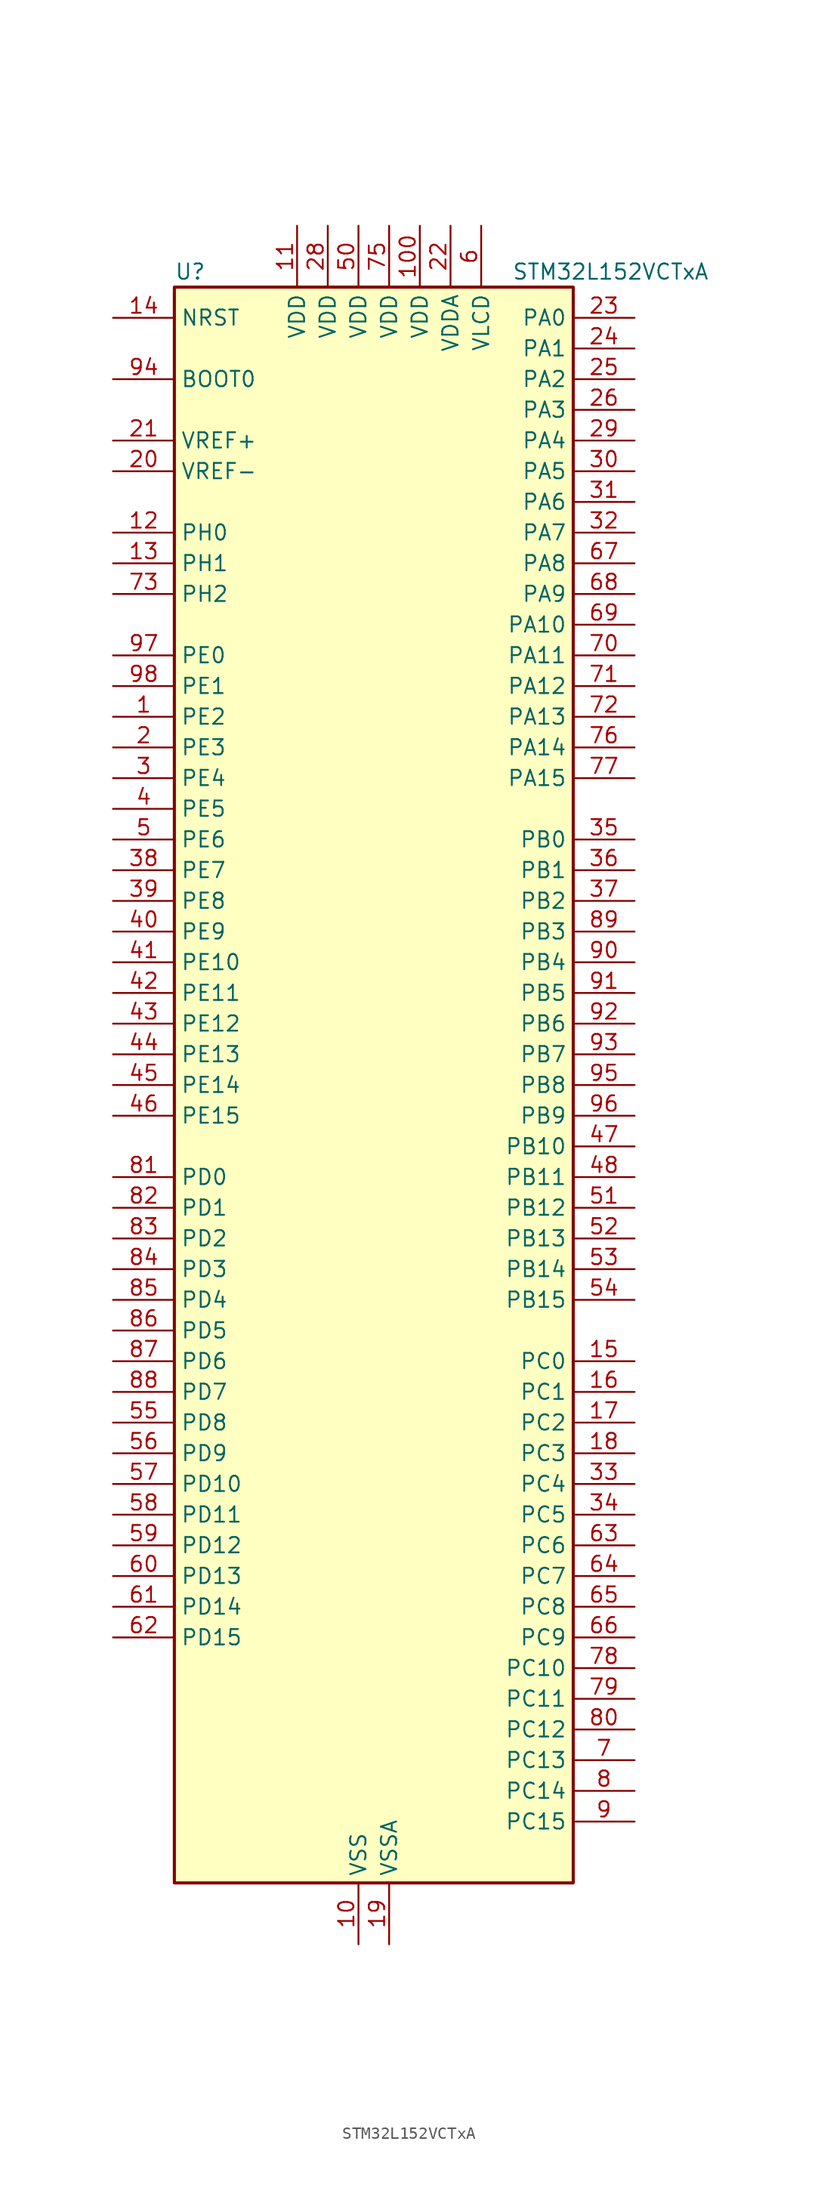
<source format=kicad_sym>
(kicad_symbol_lib
  (version 20220914)
  (generator kicad_symbol_editor)
  (symbol "STM32L152VCTxA"
    (property "Reference" "U"
      (at -15.24 67.31 0)
      (effects (font (size 1.27 1.27)) (justify left)))
    (property "Value" "STM32L152VCTxA"
      (at 12.7 67.31 0)
      (effects (font (size 1.27 1.27)) (justify left)))
    (property "ki_locked" ""
      (at 0 0 0)
      (effects (font (size 1.27 1.27))))
    (symbol "STM32L152VCTxA_0_1"
      (rectangle (start -15.24 -66.04) (end 17.78 66.04) (stroke (width 0.254) (type default)) (fill (type background))))
    (symbol "STM32L152VCTxA_1_1"
      (pin bidirectional line (at -20.32 30.48 0) (length 5.08) (name "PE2" (effects (font (size 1.27 1.27)))) (number "1" (effects (font (size 1.27 1.27)))) (alternate "LCD_SEG38" bidirectional line) (alternate "SYS_TRACECK" bidirectional line) (alternate "TIM3_ETR" bidirectional line) (alternate "TIMX_IC3" bidirectional line))
      (pin power_in line (at 0 -71.12 90) (length 5.08) (name "VSS" (effects (font (size 1.27 1.27)))) (number "10" (effects (font (size 1.27 1.27)))))
      (pin power_in line (at 5.08 71.12 270) (length 5.08) (name "VDD" (effects (font (size 1.27 1.27)))) (number "100" (effects (font (size 1.27 1.27)))))
      (pin power_in line (at -5.08 71.12 270) (length 5.08) (name "VDD" (effects (font (size 1.27 1.27)))) (number "11" (effects (font (size 1.27 1.27)))))
      (pin bidirectional line (at -20.32 45.72 0) (length 5.08) (name "PH0" (effects (font (size 1.27 1.27)))) (number "12" (effects (font (size 1.27 1.27)))) (alternate "RCC_OSC_IN" bidirectional line))
      (pin bidirectional line (at -20.32 43.18 0) (length 5.08) (name "PH1" (effects (font (size 1.27 1.27)))) (number "13" (effects (font (size 1.27 1.27)))) (alternate "RCC_OSC_OUT" bidirectional line))
      (pin input line (at -20.32 63.5 0) (length 5.08) (name "NRST" (effects (font (size 1.27 1.27)))) (number "14" (effects (font (size 1.27 1.27)))))
      (pin bidirectional line (at 22.86 -22.86 180) (length 5.08) (name "PC0" (effects (font (size 1.27 1.27)))) (number "15" (effects (font (size 1.27 1.27)))) (alternate "ADC_IN10" bidirectional line) (alternate "COMP1_INP" bidirectional line) (alternate "LCD_SEG18" bidirectional line) (alternate "TIMX_IC1" bidirectional line) (alternate "TS_G8_IO1" bidirectional line))
      (pin bidirectional line (at 22.86 -25.4 180) (length 5.08) (name "PC1" (effects (font (size 1.27 1.27)))) (number "16" (effects (font (size 1.27 1.27)))) (alternate "ADC_IN11" bidirectional line) (alternate "COMP1_INP" bidirectional line) (alternate "LCD_SEG19" bidirectional line) (alternate "TIMX_IC2" bidirectional line) (alternate "TS_G8_IO2" bidirectional line))
      (pin bidirectional line (at 22.86 -27.94 180) (length 5.08) (name "PC2" (effects (font (size 1.27 1.27)))) (number "17" (effects (font (size 1.27 1.27)))) (alternate "ADC_IN12" bidirectional line) (alternate "COMP1_INP" bidirectional line) (alternate "LCD_SEG20" bidirectional line) (alternate "TIMX_IC3" bidirectional line) (alternate "TS_G8_IO3" bidirectional line))
      (pin bidirectional line (at 22.86 -30.48 180) (length 5.08) (name "PC3" (effects (font (size 1.27 1.27)))) (number "18" (effects (font (size 1.27 1.27)))) (alternate "ADC_IN13" bidirectional line) (alternate "COMP1_INP" bidirectional line) (alternate "LCD_SEG21" bidirectional line) (alternate "TIMX_IC4" bidirectional line) (alternate "TS_G8_IO4" bidirectional line))
      (pin power_in line (at 2.54 -71.12 90) (length 5.08) (name "VSSA" (effects (font (size 1.27 1.27)))) (number "19" (effects (font (size 1.27 1.27)))))
      (pin bidirectional line (at -20.32 27.94 0) (length 5.08) (name "PE3" (effects (font (size 1.27 1.27)))) (number "2" (effects (font (size 1.27 1.27)))) (alternate "LCD_SEG39" bidirectional line) (alternate "SYS_TRACED0" bidirectional line) (alternate "TIM3_CH1" bidirectional line) (alternate "TIMX_IC4" bidirectional line))
      (pin input line (at -20.32 50.8 0) (length 5.08) (name "VREF-" (effects (font (size 1.27 1.27)))) (number "20" (effects (font (size 1.27 1.27)))))
      (pin input line (at -20.32 53.34 0) (length 5.08) (name "VREF+" (effects (font (size 1.27 1.27)))) (number "21" (effects (font (size 1.27 1.27)))))
      (pin power_in line (at 7.62 71.12 270) (length 5.08) (name "VDDA" (effects (font (size 1.27 1.27)))) (number "22" (effects (font (size 1.27 1.27)))))
      (pin bidirectional line (at 22.86 63.5 180) (length 5.08) (name "PA0" (effects (font (size 1.27 1.27)))) (number "23" (effects (font (size 1.27 1.27)))) (alternate "ADC_IN0" bidirectional line) (alternate "COMP1_INP" bidirectional line) (alternate "RTC_TAMP2" bidirectional line) (alternate "SYS_WKUP1" bidirectional line) (alternate "TIM2_CH1" bidirectional line) (alternate "TIM2_ETR" bidirectional line) (alternate "TIM5_CH1" bidirectional line) (alternate "TIMX_IC1" bidirectional line) (alternate "TS_G1_IO1" bidirectional line) (alternate "USART2_CTS" bidirectional line))
      (pin bidirectional line (at 22.86 60.96 180) (length 5.08) (name "PA1" (effects (font (size 1.27 1.27)))) (number "24" (effects (font (size 1.27 1.27)))) (alternate "ADC_IN1" bidirectional line) (alternate "COMP1_INP" bidirectional line) (alternate "LCD_SEG0" bidirectional line) (alternate "OPAMP1_VINP" bidirectional line) (alternate "TIM2_CH2" bidirectional line) (alternate "TIM5_CH2" bidirectional line) (alternate "TIMX_IC2" bidirectional line) (alternate "TS_G1_IO2" bidirectional line) (alternate "USART2_RTS" bidirectional line))
      (pin bidirectional line (at 22.86 58.42 180) (length 5.08) (name "PA2" (effects (font (size 1.27 1.27)))) (number "25" (effects (font (size 1.27 1.27)))) (alternate "ADC_IN2" bidirectional line) (alternate "COMP1_INP" bidirectional line) (alternate "LCD_SEG1" bidirectional line) (alternate "OPAMP1_VINM" bidirectional line) (alternate "TIM2_CH3" bidirectional line) (alternate "TIM5_CH3" bidirectional line) (alternate "TIM9_CH1" bidirectional line) (alternate "TIMX_IC3" bidirectional line) (alternate "TS_G1_IO3" bidirectional line) (alternate "USART2_TX" bidirectional line))
      (pin bidirectional line (at 22.86 55.88 180) (length 5.08) (name "PA3" (effects (font (size 1.27 1.27)))) (number "26" (effects (font (size 1.27 1.27)))) (alternate "ADC_IN3" bidirectional line) (alternate "COMP1_INP" bidirectional line) (alternate "LCD_SEG2" bidirectional line) (alternate "OPAMP1_VOUT" bidirectional line) (alternate "TIM2_CH4" bidirectional line) (alternate "TIM5_CH4" bidirectional line) (alternate "TIM9_CH2" bidirectional line) (alternate "TIMX_IC4" bidirectional line) (alternate "TS_G1_IO4" bidirectional line) (alternate "USART2_RX" bidirectional line))
      (pin passive line (at 0 -71.12 90) (length 5.08) hide (name "VSS" (effects (font (size 1.27 1.27)))) (number "27" (effects (font (size 1.27 1.27)))))
      (pin power_in line (at -2.54 71.12 270) (length 5.08) (name "VDD" (effects (font (size 1.27 1.27)))) (number "28" (effects (font (size 1.27 1.27)))))
      (pin bidirectional line (at 22.86 53.34 180) (length 5.08) (name "PA4" (effects (font (size 1.27 1.27)))) (number "29" (effects (font (size 1.27 1.27)))) (alternate "ADC_IN4" bidirectional line) (alternate "COMP1_INP" bidirectional line) (alternate "DAC_OUT1" bidirectional line) (alternate "I2S3_WS" bidirectional line) (alternate "SPI1_NSS" bidirectional line) (alternate "SPI3_NSS" bidirectional line) (alternate "TIMX_IC1" bidirectional line) (alternate "USART2_CK" bidirectional line))
      (pin bidirectional line (at -20.32 25.4 0) (length 5.08) (name "PE4" (effects (font (size 1.27 1.27)))) (number "3" (effects (font (size 1.27 1.27)))) (alternate "SYS_TRACED1" bidirectional line) (alternate "TIM3_CH2" bidirectional line) (alternate "TIMX_IC1" bidirectional line))
      (pin bidirectional line (at 22.86 50.8 180) (length 5.08) (name "PA5" (effects (font (size 1.27 1.27)))) (number "30" (effects (font (size 1.27 1.27)))) (alternate "ADC_IN5" bidirectional line) (alternate "COMP1_INP" bidirectional line) (alternate "DAC_OUT2" bidirectional line) (alternate "SPI1_SCK" bidirectional line) (alternate "TIM2_CH1" bidirectional line) (alternate "TIM2_ETR" bidirectional line) (alternate "TIMX_IC2" bidirectional line))
      (pin bidirectional line (at 22.86 48.26 180) (length 5.08) (name "PA6" (effects (font (size 1.27 1.27)))) (number "31" (effects (font (size 1.27 1.27)))) (alternate "ADC_IN6" bidirectional line) (alternate "COMP1_INP" bidirectional line) (alternate "LCD_SEG3" bidirectional line) (alternate "OPAMP2_VINP" bidirectional line) (alternate "SPI1_MISO" bidirectional line) (alternate "TIM10_CH1" bidirectional line) (alternate "TIM3_CH1" bidirectional line) (alternate "TIMX_IC3" bidirectional line) (alternate "TS_G2_IO1" bidirectional line))
      (pin bidirectional line (at 22.86 45.72 180) (length 5.08) (name "PA7" (effects (font (size 1.27 1.27)))) (number "32" (effects (font (size 1.27 1.27)))) (alternate "ADC_IN7" bidirectional line) (alternate "COMP1_INP" bidirectional line) (alternate "LCD_SEG4" bidirectional line) (alternate "OPAMP2_VINM" bidirectional line) (alternate "SPI1_MOSI" bidirectional line) (alternate "TIM11_CH1" bidirectional line) (alternate "TIM3_CH2" bidirectional line) (alternate "TIMX_IC4" bidirectional line) (alternate "TS_G2_IO2" bidirectional line))
      (pin bidirectional line (at 22.86 -33.02 180) (length 5.08) (name "PC4" (effects (font (size 1.27 1.27)))) (number "33" (effects (font (size 1.27 1.27)))) (alternate "ADC_IN14" bidirectional line) (alternate "COMP1_INP" bidirectional line) (alternate "LCD_SEG22" bidirectional line) (alternate "TIMX_IC1" bidirectional line) (alternate "TS_G9_IO1" bidirectional line))
      (pin bidirectional line (at 22.86 -35.56 180) (length 5.08) (name "PC5" (effects (font (size 1.27 1.27)))) (number "34" (effects (font (size 1.27 1.27)))) (alternate "ADC_IN15" bidirectional line) (alternate "COMP1_INP" bidirectional line) (alternate "LCD_SEG23" bidirectional line) (alternate "TIMX_IC2" bidirectional line) (alternate "TS_G9_IO2" bidirectional line))
      (pin bidirectional line (at 22.86 20.32 180) (length 5.08) (name "PB0" (effects (font (size 1.27 1.27)))) (number "35" (effects (font (size 1.27 1.27)))) (alternate "ADC_IN8" bidirectional line) (alternate "COMP1_INP" bidirectional line) (alternate "LCD_SEG5" bidirectional line) (alternate "OPAMP2_VOUT" bidirectional line) (alternate "SYS_V_REF_OUT" bidirectional line) (alternate "TIM3_CH3" bidirectional line) (alternate "TS_G3_IO1" bidirectional line))
      (pin bidirectional line (at 22.86 17.78 180) (length 5.08) (name "PB1" (effects (font (size 1.27 1.27)))) (number "36" (effects (font (size 1.27 1.27)))) (alternate "ADC_IN9" bidirectional line) (alternate "COMP1_INP" bidirectional line) (alternate "LCD_SEG6" bidirectional line) (alternate "SYS_V_REF_OUT" bidirectional line) (alternate "TIM3_CH4" bidirectional line) (alternate "TS_G3_IO2" bidirectional line))
      (pin bidirectional line (at 22.86 15.24 180) (length 5.08) (name "PB2" (effects (font (size 1.27 1.27)))) (number "37" (effects (font (size 1.27 1.27)))) (alternate "TS_G3_IO3" bidirectional line))
      (pin bidirectional line (at -20.32 17.78 0) (length 5.08) (name "PE7" (effects (font (size 1.27 1.27)))) (number "38" (effects (font (size 1.27 1.27)))) (alternate "ADC_IN22" bidirectional line) (alternate "COMP1_INP" bidirectional line) (alternate "TIMX_IC4" bidirectional line))
      (pin bidirectional line (at -20.32 15.24 0) (length 5.08) (name "PE8" (effects (font (size 1.27 1.27)))) (number "39" (effects (font (size 1.27 1.27)))) (alternate "ADC_IN23" bidirectional line) (alternate "COMP1_INP" bidirectional line) (alternate "TIMX_IC1" bidirectional line))
      (pin bidirectional line (at -20.32 22.86 0) (length 5.08) (name "PE5" (effects (font (size 1.27 1.27)))) (number "4" (effects (font (size 1.27 1.27)))) (alternate "SYS_TRACED2" bidirectional line) (alternate "TIM9_CH1" bidirectional line) (alternate "TIMX_IC2" bidirectional line))
      (pin bidirectional line (at -20.32 12.7 0) (length 5.08) (name "PE9" (effects (font (size 1.27 1.27)))) (number "40" (effects (font (size 1.27 1.27)))) (alternate "ADC_IN24" bidirectional line) (alternate "COMP1_INP" bidirectional line) (alternate "DAC_EXTI9" bidirectional line) (alternate "TIM2_CH1" bidirectional line) (alternate "TIM2_ETR" bidirectional line) (alternate "TIMX_IC2" bidirectional line))
      (pin bidirectional line (at -20.32 10.16 0) (length 5.08) (name "PE10" (effects (font (size 1.27 1.27)))) (number "41" (effects (font (size 1.27 1.27)))) (alternate "ADC_IN25" bidirectional line) (alternate "COMP1_INP" bidirectional line) (alternate "TIM2_CH2" bidirectional line) (alternate "TIMX_IC3" bidirectional line))
      (pin bidirectional line (at -20.32 7.62 0) (length 5.08) (name "PE11" (effects (font (size 1.27 1.27)))) (number "42" (effects (font (size 1.27 1.27)))) (alternate "ADC_EXTI11" bidirectional line) (alternate "TIM2_CH3" bidirectional line) (alternate "TIMX_IC4" bidirectional line))
      (pin bidirectional line (at -20.32 5.08 0) (length 5.08) (name "PE12" (effects (font (size 1.27 1.27)))) (number "43" (effects (font (size 1.27 1.27)))) (alternate "SPI1_NSS" bidirectional line) (alternate "TIM2_CH4" bidirectional line) (alternate "TIMX_IC1" bidirectional line))
      (pin bidirectional line (at -20.32 2.54 0) (length 5.08) (name "PE13" (effects (font (size 1.27 1.27)))) (number "44" (effects (font (size 1.27 1.27)))) (alternate "SPI1_SCK" bidirectional line) (alternate "TIMX_IC2" bidirectional line))
      (pin bidirectional line (at -20.32 0 0) (length 5.08) (name "PE14" (effects (font (size 1.27 1.27)))) (number "45" (effects (font (size 1.27 1.27)))) (alternate "SPI1_MISO" bidirectional line) (alternate "TIMX_IC3" bidirectional line))
      (pin bidirectional line (at -20.32 -2.54 0) (length 5.08) (name "PE15" (effects (font (size 1.27 1.27)))) (number "46" (effects (font (size 1.27 1.27)))) (alternate "ADC_EXTI15" bidirectional line) (alternate "SPI1_MOSI" bidirectional line) (alternate "TIMX_IC4" bidirectional line))
      (pin bidirectional line (at 22.86 -5.08 180) (length 5.08) (name "PB10" (effects (font (size 1.27 1.27)))) (number "47" (effects (font (size 1.27 1.27)))) (alternate "I2C2_SCL" bidirectional line) (alternate "LCD_SEG10" bidirectional line) (alternate "TIM2_CH3" bidirectional line) (alternate "USART3_TX" bidirectional line))
      (pin bidirectional line (at 22.86 -7.62 180) (length 5.08) (name "PB11" (effects (font (size 1.27 1.27)))) (number "48" (effects (font (size 1.27 1.27)))) (alternate "ADC_EXTI11" bidirectional line) (alternate "I2C2_SDA" bidirectional line) (alternate "LCD_SEG11" bidirectional line) (alternate "TIM2_CH4" bidirectional line) (alternate "USART3_RX" bidirectional line))
      (pin passive line (at 0 -71.12 90) (length 5.08) hide (name "VSS" (effects (font (size 1.27 1.27)))) (number "49" (effects (font (size 1.27 1.27)))))
      (pin bidirectional line (at -20.32 20.32 0) (length 5.08) (name "PE6" (effects (font (size 1.27 1.27)))) (number "5" (effects (font (size 1.27 1.27)))) (alternate "RTC_TAMP3" bidirectional line) (alternate "SYS_TRACED3" bidirectional line) (alternate "SYS_WKUP3" bidirectional line) (alternate "TIM9_CH2" bidirectional line) (alternate "TIMX_IC3" bidirectional line))
      (pin power_in line (at 0 71.12 270) (length 5.08) (name "VDD" (effects (font (size 1.27 1.27)))) (number "50" (effects (font (size 1.27 1.27)))))
      (pin bidirectional line (at 22.86 -10.16 180) (length 5.08) (name "PB12" (effects (font (size 1.27 1.27)))) (number "51" (effects (font (size 1.27 1.27)))) (alternate "ADC_IN18" bidirectional line) (alternate "COMP1_INP" bidirectional line) (alternate "I2C2_SMBA" bidirectional line) (alternate "I2S2_WS" bidirectional line) (alternate "LCD_SEG12" bidirectional line) (alternate "SPI2_NSS" bidirectional line) (alternate "TIM10_CH1" bidirectional line) (alternate "TS_G7_IO1" bidirectional line) (alternate "USART3_CK" bidirectional line))
      (pin bidirectional line (at 22.86 -12.7 180) (length 5.08) (name "PB13" (effects (font (size 1.27 1.27)))) (number "52" (effects (font (size 1.27 1.27)))) (alternate "ADC_IN19" bidirectional line) (alternate "COMP1_INP" bidirectional line) (alternate "I2S2_CK" bidirectional line) (alternate "LCD_SEG13" bidirectional line) (alternate "SPI2_SCK" bidirectional line) (alternate "TIM9_CH1" bidirectional line) (alternate "TS_G7_IO2" bidirectional line) (alternate "USART3_CTS" bidirectional line))
      (pin bidirectional line (at 22.86 -15.24 180) (length 5.08) (name "PB14" (effects (font (size 1.27 1.27)))) (number "53" (effects (font (size 1.27 1.27)))) (alternate "ADC_IN20" bidirectional line) (alternate "COMP1_INP" bidirectional line) (alternate "LCD_SEG14" bidirectional line) (alternate "SPI2_MISO" bidirectional line) (alternate "TIM9_CH2" bidirectional line) (alternate "TS_G7_IO3" bidirectional line) (alternate "USART3_RTS" bidirectional line))
      (pin bidirectional line (at 22.86 -17.78 180) (length 5.08) (name "PB15" (effects (font (size 1.27 1.27)))) (number "54" (effects (font (size 1.27 1.27)))) (alternate "ADC_EXTI15" bidirectional line) (alternate "ADC_IN21" bidirectional line) (alternate "COMP1_INP" bidirectional line) (alternate "I2S2_SD" bidirectional line) (alternate "LCD_SEG15" bidirectional line) (alternate "RTC_REFIN" bidirectional line) (alternate "SPI2_MOSI" bidirectional line) (alternate "TIM11_CH1" bidirectional line) (alternate "TS_G7_IO4" bidirectional line))
      (pin bidirectional line (at -20.32 -27.94 0) (length 5.08) (name "PD8" (effects (font (size 1.27 1.27)))) (number "55" (effects (font (size 1.27 1.27)))) (alternate "LCD_SEG28" bidirectional line) (alternate "TIMX_IC1" bidirectional line) (alternate "USART3_TX" bidirectional line))
      (pin bidirectional line (at -20.32 -30.48 0) (length 5.08) (name "PD9" (effects (font (size 1.27 1.27)))) (number "56" (effects (font (size 1.27 1.27)))) (alternate "DAC_EXTI9" bidirectional line) (alternate "LCD_SEG29" bidirectional line) (alternate "TIMX_IC2" bidirectional line) (alternate "USART3_RX" bidirectional line))
      (pin bidirectional line (at -20.32 -33.02 0) (length 5.08) (name "PD10" (effects (font (size 1.27 1.27)))) (number "57" (effects (font (size 1.27 1.27)))) (alternate "LCD_SEG30" bidirectional line) (alternate "TIMX_IC3" bidirectional line) (alternate "USART3_CK" bidirectional line))
      (pin bidirectional line (at -20.32 -35.56 0) (length 5.08) (name "PD11" (effects (font (size 1.27 1.27)))) (number "58" (effects (font (size 1.27 1.27)))) (alternate "ADC_EXTI11" bidirectional line) (alternate "LCD_SEG31" bidirectional line) (alternate "TIMX_IC4" bidirectional line) (alternate "USART3_CTS" bidirectional line))
      (pin bidirectional line (at -20.32 -38.1 0) (length 5.08) (name "PD12" (effects (font (size 1.27 1.27)))) (number "59" (effects (font (size 1.27 1.27)))) (alternate "LCD_SEG32" bidirectional line) (alternate "TIM4_CH1" bidirectional line) (alternate "TIMX_IC1" bidirectional line) (alternate "USART3_RTS" bidirectional line))
      (pin power_in line (at 10.16 71.12 270) (length 5.08) (name "VLCD" (effects (font (size 1.27 1.27)))) (number "6" (effects (font (size 1.27 1.27)))))
      (pin bidirectional line (at -20.32 -40.64 0) (length 5.08) (name "PD13" (effects (font (size 1.27 1.27)))) (number "60" (effects (font (size 1.27 1.27)))) (alternate "LCD_SEG33" bidirectional line) (alternate "TIM4_CH2" bidirectional line) (alternate "TIMX_IC2" bidirectional line))
      (pin bidirectional line (at -20.32 -43.18 0) (length 5.08) (name "PD14" (effects (font (size 1.27 1.27)))) (number "61" (effects (font (size 1.27 1.27)))) (alternate "LCD_SEG34" bidirectional line) (alternate "TIM4_CH3" bidirectional line) (alternate "TIMX_IC3" bidirectional line))
      (pin bidirectional line (at -20.32 -45.72 0) (length 5.08) (name "PD15" (effects (font (size 1.27 1.27)))) (number "62" (effects (font (size 1.27 1.27)))) (alternate "ADC_EXTI15" bidirectional line) (alternate "LCD_SEG35" bidirectional line) (alternate "TIM4_CH4" bidirectional line) (alternate "TIMX_IC4" bidirectional line))
      (pin bidirectional line (at 22.86 -38.1 180) (length 5.08) (name "PC6" (effects (font (size 1.27 1.27)))) (number "63" (effects (font (size 1.27 1.27)))) (alternate "I2S2_MCK" bidirectional line) (alternate "LCD_SEG24" bidirectional line) (alternate "TIM3_CH1" bidirectional line) (alternate "TIMX_IC3" bidirectional line) (alternate "TS_G10_IO1" bidirectional line))
      (pin bidirectional line (at 22.86 -40.64 180) (length 5.08) (name "PC7" (effects (font (size 1.27 1.27)))) (number "64" (effects (font (size 1.27 1.27)))) (alternate "I2S3_MCK" bidirectional line) (alternate "LCD_SEG25" bidirectional line) (alternate "TIM3_CH2" bidirectional line) (alternate "TIMX_IC4" bidirectional line) (alternate "TS_G10_IO2" bidirectional line))
      (pin bidirectional line (at 22.86 -43.18 180) (length 5.08) (name "PC8" (effects (font (size 1.27 1.27)))) (number "65" (effects (font (size 1.27 1.27)))) (alternate "LCD_SEG26" bidirectional line) (alternate "TIM3_CH3" bidirectional line) (alternate "TIMX_IC1" bidirectional line) (alternate "TS_G10_IO3" bidirectional line))
      (pin bidirectional line (at 22.86 -45.72 180) (length 5.08) (name "PC9" (effects (font (size 1.27 1.27)))) (number "66" (effects (font (size 1.27 1.27)))) (alternate "DAC_EXTI9" bidirectional line) (alternate "LCD_SEG27" bidirectional line) (alternate "TIM3_CH4" bidirectional line) (alternate "TIMX_IC2" bidirectional line) (alternate "TS_G10_IO4" bidirectional line))
      (pin bidirectional line (at 22.86 43.18 180) (length 5.08) (name "PA8" (effects (font (size 1.27 1.27)))) (number "67" (effects (font (size 1.27 1.27)))) (alternate "LCD_COM0" bidirectional line) (alternate "RCC_MCO" bidirectional line) (alternate "TIMX_IC1" bidirectional line) (alternate "TS_G4_IO1" bidirectional line) (alternate "USART1_CK" bidirectional line))
      (pin bidirectional line (at 22.86 40.64 180) (length 5.08) (name "PA9" (effects (font (size 1.27 1.27)))) (number "68" (effects (font (size 1.27 1.27)))) (alternate "DAC_EXTI9" bidirectional line) (alternate "LCD_COM1" bidirectional line) (alternate "TIMX_IC2" bidirectional line) (alternate "TS_G4_IO2" bidirectional line) (alternate "USART1_TX" bidirectional line))
      (pin bidirectional line (at 22.86 38.1 180) (length 5.08) (name "PA10" (effects (font (size 1.27 1.27)))) (number "69" (effects (font (size 1.27 1.27)))) (alternate "LCD_COM2" bidirectional line) (alternate "TIMX_IC3" bidirectional line) (alternate "TS_G4_IO3" bidirectional line) (alternate "USART1_RX" bidirectional line))
      (pin bidirectional line (at 22.86 -55.88 180) (length 5.08) (name "PC13" (effects (font (size 1.27 1.27)))) (number "7" (effects (font (size 1.27 1.27)))) (alternate "RTC_OUT_ALARM" bidirectional line) (alternate "RTC_OUT_CALIB" bidirectional line) (alternate "RTC_TAMP1" bidirectional line) (alternate "RTC_TS" bidirectional line) (alternate "SYS_WKUP2" bidirectional line) (alternate "TIMX_IC2" bidirectional line))
      (pin bidirectional line (at 22.86 35.56 180) (length 5.08) (name "PA11" (effects (font (size 1.27 1.27)))) (number "70" (effects (font (size 1.27 1.27)))) (alternate "ADC_EXTI11" bidirectional line) (alternate "SPI1_MISO" bidirectional line) (alternate "TIMX_IC4" bidirectional line) (alternate "USART1_CTS" bidirectional line) (alternate "USB_DM" bidirectional line))
      (pin bidirectional line (at 22.86 33.02 180) (length 5.08) (name "PA12" (effects (font (size 1.27 1.27)))) (number "71" (effects (font (size 1.27 1.27)))) (alternate "SPI1_MOSI" bidirectional line) (alternate "TIMX_IC1" bidirectional line) (alternate "USART1_RTS" bidirectional line) (alternate "USB_DP" bidirectional line))
      (pin bidirectional line (at 22.86 30.48 180) (length 5.08) (name "PA13" (effects (font (size 1.27 1.27)))) (number "72" (effects (font (size 1.27 1.27)))) (alternate "SYS_JTMS-SWDIO" bidirectional line) (alternate "TIMX_IC2" bidirectional line) (alternate "TS_G5_IO1" bidirectional line))
      (pin bidirectional line (at -20.32 40.64 0) (length 5.08) (name "PH2" (effects (font (size 1.27 1.27)))) (number "73" (effects (font (size 1.27 1.27)))))
      (pin passive line (at 0 -71.12 90) (length 5.08) hide (name "VSS" (effects (font (size 1.27 1.27)))) (number "74" (effects (font (size 1.27 1.27)))))
      (pin power_in line (at 2.54 71.12 270) (length 5.08) (name "VDD" (effects (font (size 1.27 1.27)))) (number "75" (effects (font (size 1.27 1.27)))))
      (pin bidirectional line (at 22.86 27.94 180) (length 5.08) (name "PA14" (effects (font (size 1.27 1.27)))) (number "76" (effects (font (size 1.27 1.27)))) (alternate "SYS_JTCK-SWCLK" bidirectional line) (alternate "TIMX_IC3" bidirectional line) (alternate "TS_G5_IO2" bidirectional line))
      (pin bidirectional line (at 22.86 25.4 180) (length 5.08) (name "PA15" (effects (font (size 1.27 1.27)))) (number "77" (effects (font (size 1.27 1.27)))) (alternate "ADC_EXTI15" bidirectional line) (alternate "I2S3_WS" bidirectional line) (alternate "LCD_SEG17" bidirectional line) (alternate "SPI1_NSS" bidirectional line) (alternate "SPI3_NSS" bidirectional line) (alternate "SYS_JTDI" bidirectional line) (alternate "TIM2_CH1" bidirectional line) (alternate "TIM2_ETR" bidirectional line) (alternate "TIMX_IC4" bidirectional line) (alternate "TS_G5_IO3" bidirectional line))
      (pin bidirectional line (at 22.86 -48.26 180) (length 5.08) (name "PC10" (effects (font (size 1.27 1.27)))) (number "78" (effects (font (size 1.27 1.27)))) (alternate "I2S3_CK" bidirectional line) (alternate "LCD_COM4" bidirectional line) (alternate "LCD_SEG28" bidirectional line) (alternate "LCD_SEG40" bidirectional line) (alternate "SPI3_SCK" bidirectional line) (alternate "TIMX_IC3" bidirectional line) (alternate "USART3_TX" bidirectional line))
      (pin bidirectional line (at 22.86 -50.8 180) (length 5.08) (name "PC11" (effects (font (size 1.27 1.27)))) (number "79" (effects (font (size 1.27 1.27)))) (alternate "ADC_EXTI11" bidirectional line) (alternate "LCD_COM5" bidirectional line) (alternate "LCD_SEG29" bidirectional line) (alternate "LCD_SEG41" bidirectional line) (alternate "SPI3_MISO" bidirectional line) (alternate "TIMX_IC4" bidirectional line) (alternate "USART3_RX" bidirectional line))
      (pin bidirectional line (at 22.86 -58.42 180) (length 5.08) (name "PC14" (effects (font (size 1.27 1.27)))) (number "8" (effects (font (size 1.27 1.27)))) (alternate "RCC_OSC32_IN" bidirectional line) (alternate "TIMX_IC3" bidirectional line))
      (pin bidirectional line (at 22.86 -53.34 180) (length 5.08) (name "PC12" (effects (font (size 1.27 1.27)))) (number "80" (effects (font (size 1.27 1.27)))) (alternate "I2S3_SD" bidirectional line) (alternate "LCD_COM6" bidirectional line) (alternate "LCD_SEG30" bidirectional line) (alternate "LCD_SEG42" bidirectional line) (alternate "SPI3_MOSI" bidirectional line) (alternate "TIMX_IC1" bidirectional line) (alternate "USART3_CK" bidirectional line))
      (pin bidirectional line (at -20.32 -7.62 0) (length 5.08) (name "PD0" (effects (font (size 1.27 1.27)))) (number "81" (effects (font (size 1.27 1.27)))) (alternate "I2S2_WS" bidirectional line) (alternate "SPI2_NSS" bidirectional line) (alternate "TIM9_CH1" bidirectional line) (alternate "TIMX_IC1" bidirectional line))
      (pin bidirectional line (at -20.32 -10.16 0) (length 5.08) (name "PD1" (effects (font (size 1.27 1.27)))) (number "82" (effects (font (size 1.27 1.27)))) (alternate "I2S2_CK" bidirectional line) (alternate "SPI2_SCK" bidirectional line) (alternate "TIMX_IC2" bidirectional line))
      (pin bidirectional line (at -20.32 -12.7 0) (length 5.08) (name "PD2" (effects (font (size 1.27 1.27)))) (number "83" (effects (font (size 1.27 1.27)))) (alternate "LCD_COM7" bidirectional line) (alternate "LCD_SEG31" bidirectional line) (alternate "LCD_SEG43" bidirectional line) (alternate "TIM3_ETR" bidirectional line) (alternate "TIMX_IC3" bidirectional line))
      (pin bidirectional line (at -20.32 -15.24 0) (length 5.08) (name "PD3" (effects (font (size 1.27 1.27)))) (number "84" (effects (font (size 1.27 1.27)))) (alternate "SPI2_MISO" bidirectional line) (alternate "TIMX_IC4" bidirectional line) (alternate "USART2_CTS" bidirectional line))
      (pin bidirectional line (at -20.32 -17.78 0) (length 5.08) (name "PD4" (effects (font (size 1.27 1.27)))) (number "85" (effects (font (size 1.27 1.27)))) (alternate "I2S2_SD" bidirectional line) (alternate "SPI2_MOSI" bidirectional line) (alternate "TIMX_IC1" bidirectional line) (alternate "USART2_RTS" bidirectional line))
      (pin bidirectional line (at -20.32 -20.32 0) (length 5.08) (name "PD5" (effects (font (size 1.27 1.27)))) (number "86" (effects (font (size 1.27 1.27)))) (alternate "TIMX_IC2" bidirectional line) (alternate "USART2_TX" bidirectional line))
      (pin bidirectional line (at -20.32 -22.86 0) (length 5.08) (name "PD6" (effects (font (size 1.27 1.27)))) (number "87" (effects (font (size 1.27 1.27)))) (alternate "TIMX_IC3" bidirectional line) (alternate "USART2_RX" bidirectional line))
      (pin bidirectional line (at -20.32 -25.4 0) (length 5.08) (name "PD7" (effects (font (size 1.27 1.27)))) (number "88" (effects (font (size 1.27 1.27)))) (alternate "TIM9_CH2" bidirectional line) (alternate "TIMX_IC4" bidirectional line) (alternate "USART2_CK" bidirectional line))
      (pin bidirectional line (at 22.86 12.7 180) (length 5.08) (name "PB3" (effects (font (size 1.27 1.27)))) (number "89" (effects (font (size 1.27 1.27)))) (alternate "COMP2_INM" bidirectional line) (alternate "I2S3_CK" bidirectional line) (alternate "LCD_SEG7" bidirectional line) (alternate "SPI1_SCK" bidirectional line) (alternate "SPI3_SCK" bidirectional line) (alternate "SYS_JTDO-TRACESWO" bidirectional line) (alternate "TIM2_CH2" bidirectional line))
      (pin bidirectional line (at 22.86 -60.96 180) (length 5.08) (name "PC15" (effects (font (size 1.27 1.27)))) (number "9" (effects (font (size 1.27 1.27)))) (alternate "ADC_EXTI15" bidirectional line) (alternate "RCC_OSC32_OUT" bidirectional line) (alternate "TIMX_IC4" bidirectional line))
      (pin bidirectional line (at 22.86 10.16 180) (length 5.08) (name "PB4" (effects (font (size 1.27 1.27)))) (number "90" (effects (font (size 1.27 1.27)))) (alternate "COMP2_INP" bidirectional line) (alternate "LCD_SEG8" bidirectional line) (alternate "SPI1_MISO" bidirectional line) (alternate "SPI3_MISO" bidirectional line) (alternate "SYS_JTRST" bidirectional line) (alternate "TIM3_CH1" bidirectional line) (alternate "TS_G6_IO1" bidirectional line))
      (pin bidirectional line (at 22.86 7.62 180) (length 5.08) (name "PB5" (effects (font (size 1.27 1.27)))) (number "91" (effects (font (size 1.27 1.27)))) (alternate "COMP2_INP" bidirectional line) (alternate "I2C1_SMBA" bidirectional line) (alternate "I2S3_SD" bidirectional line) (alternate "LCD_SEG9" bidirectional line) (alternate "SPI1_MOSI" bidirectional line) (alternate "SPI3_MOSI" bidirectional line) (alternate "TIM3_CH2" bidirectional line) (alternate "TS_G6_IO2" bidirectional line))
      (pin bidirectional line (at 22.86 5.08 180) (length 5.08) (name "PB6" (effects (font (size 1.27 1.27)))) (number "92" (effects (font (size 1.27 1.27)))) (alternate "COMP2_INP" bidirectional line) (alternate "I2C1_SCL" bidirectional line) (alternate "TIM4_CH1" bidirectional line) (alternate "TS_G6_IO3" bidirectional line) (alternate "USART1_TX" bidirectional line))
      (pin bidirectional line (at 22.86 2.54 180) (length 5.08) (name "PB7" (effects (font (size 1.27 1.27)))) (number "93" (effects (font (size 1.27 1.27)))) (alternate "COMP2_INP" bidirectional line) (alternate "I2C1_SDA" bidirectional line) (alternate "SYS_PVD_IN" bidirectional line) (alternate "TIM4_CH2" bidirectional line) (alternate "TS_G6_IO4" bidirectional line) (alternate "USART1_RX" bidirectional line))
      (pin input line (at -20.32 58.42 0) (length 5.08) (name "BOOT0" (effects (font (size 1.27 1.27)))) (number "94" (effects (font (size 1.27 1.27)))))
      (pin bidirectional line (at 22.86 0 180) (length 5.08) (name "PB8" (effects (font (size 1.27 1.27)))) (number "95" (effects (font (size 1.27 1.27)))) (alternate "I2C1_SCL" bidirectional line) (alternate "LCD_SEG16" bidirectional line) (alternate "TIM10_CH1" bidirectional line) (alternate "TIM4_CH3" bidirectional line))
      (pin bidirectional line (at 22.86 -2.54 180) (length 5.08) (name "PB9" (effects (font (size 1.27 1.27)))) (number "96" (effects (font (size 1.27 1.27)))) (alternate "DAC_EXTI9" bidirectional line) (alternate "I2C1_SDA" bidirectional line) (alternate "LCD_COM3" bidirectional line) (alternate "TIM11_CH1" bidirectional line) (alternate "TIM4_CH4" bidirectional line))
      (pin bidirectional line (at -20.32 35.56 0) (length 5.08) (name "PE0" (effects (font (size 1.27 1.27)))) (number "97" (effects (font (size 1.27 1.27)))) (alternate "LCD_SEG36" bidirectional line) (alternate "TIM10_CH1" bidirectional line) (alternate "TIM4_ETR" bidirectional line) (alternate "TIMX_IC1" bidirectional line))
      (pin bidirectional line (at -20.32 33.02 0) (length 5.08) (name "PE1" (effects (font (size 1.27 1.27)))) (number "98" (effects (font (size 1.27 1.27)))) (alternate "LCD_SEG37" bidirectional line) (alternate "TIM11_CH1" bidirectional line) (alternate "TIMX_IC2" bidirectional line))
      (pin passive line (at 0 -71.12 90) (length 5.08) hide (name "VSS" (effects (font (size 1.27 1.27)))) (number "99" (effects (font (size 1.27 1.27))))))))
</source>
